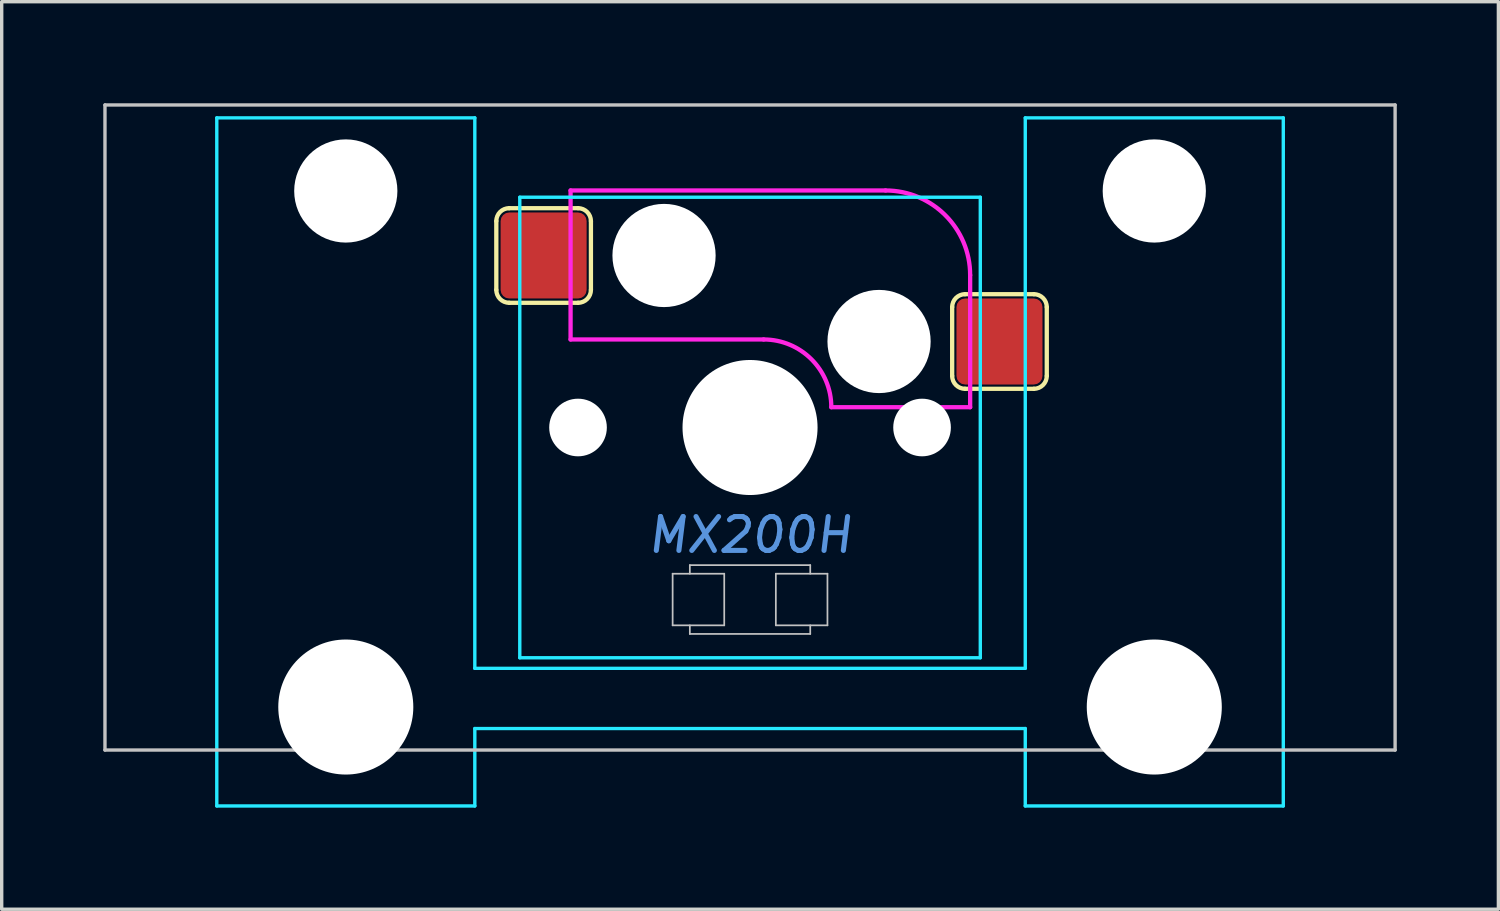
<source format=kicad_pcb>
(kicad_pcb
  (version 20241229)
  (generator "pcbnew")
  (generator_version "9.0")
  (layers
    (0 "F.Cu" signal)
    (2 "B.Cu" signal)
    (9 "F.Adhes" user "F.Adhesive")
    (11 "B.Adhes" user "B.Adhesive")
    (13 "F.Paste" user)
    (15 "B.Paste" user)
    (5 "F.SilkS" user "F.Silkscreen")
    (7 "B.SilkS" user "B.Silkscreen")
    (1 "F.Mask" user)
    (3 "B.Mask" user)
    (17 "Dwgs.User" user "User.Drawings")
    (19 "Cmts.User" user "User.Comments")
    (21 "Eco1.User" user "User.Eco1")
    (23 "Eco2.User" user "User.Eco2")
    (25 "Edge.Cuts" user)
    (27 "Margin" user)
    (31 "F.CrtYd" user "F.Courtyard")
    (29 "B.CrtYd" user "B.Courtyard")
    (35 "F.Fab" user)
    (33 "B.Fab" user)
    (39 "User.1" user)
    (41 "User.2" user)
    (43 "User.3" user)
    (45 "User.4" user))
  (footprint "MX200H"
    (layer "F.Cu")
    (at 19.1 9.575)
    (property "Reference" "MX200H" (at 0 3.175 0) (layer "Cmts.User") (effects (font (size 1 1) (thickness 0.15) (italic yes))))
    (attr smd)
    (fp_line (start -7.493 -6.096) (end -7.493 -4.064) (stroke (width 0.127) (type solid)) (layer "F.SilkS"))
    (fp_line (start -7.112 -3.683) (end -5.08 -3.683) (stroke (width 0.127) (type solid)) (layer "F.SilkS"))
    (fp_line (start -5.08 -6.477) (end -7.112 -6.477) (stroke (width 0.127) (type solid)) (layer "F.SilkS"))
    (fp_line (start -4.699 -4.064) (end -4.699 -6.096) (stroke (width 0.127) (type solid)) (layer "F.SilkS"))
    (fp_line (start 5.969 -3.556) (end 5.969 -1.524) (stroke (width 0.127) (type solid)) (layer "F.SilkS"))
    (fp_line (start 6.35 -1.143) (end 8.382 -1.143) (stroke (width 0.127) (type solid)) (layer "F.SilkS"))
    (fp_line (start 8.382 -3.937) (end 6.35 -3.937) (stroke (width 0.127) (type solid)) (layer "F.SilkS"))
    (fp_line (start 8.763 -1.524) (end 8.763 -3.556) (stroke (width 0.127) (type solid)) (layer "F.SilkS"))
    (fp_arc (start -7.493 -6.096) (mid -7.381408 -6.365408) (end -7.112 -6.477) (stroke (width 0.127) (type solid)) (layer "F.SilkS"))
    (fp_arc (start -7.112 -3.683) (mid -7.381408 -3.794592) (end -7.493 -4.064) (stroke (width 0.127) (type solid)) (layer "F.SilkS"))
    (fp_arc (start -5.08 -6.477) (mid -4.810592 -6.365408) (end -4.699 -6.096) (stroke (width 0.127) (type solid)) (layer "F.SilkS"))
    (fp_arc (start -4.699 -4.064) (mid -4.810592 -3.794592) (end -5.08 -3.683) (stroke (width 0.127) (type solid)) (layer "F.SilkS"))
    (fp_arc (start 5.969 -3.556) (mid 6.080592 -3.825408) (end 6.35 -3.937) (stroke (width 0.127) (type solid)) (layer "F.SilkS"))
    (fp_arc (start 6.35 -1.143) (mid 6.080592 -1.254592) (end 5.969 -1.524) (stroke (width 0.127) (type solid)) (layer "F.SilkS"))
    (fp_arc (start 8.382 -3.937) (mid 8.651408 -3.825408) (end 8.763 -3.556) (stroke (width 0.127) (type solid)) (layer "F.SilkS"))
    (fp_arc (start 8.763 -1.524) (mid 8.651408 -1.254592) (end 8.382 -1.143) (stroke (width 0.127) (type solid)) (layer "F.SilkS"))
    (fp_line (start -19.05 -9.525) (end -19.05 9.525) (stroke (width 0.1) (type solid)) (layer "Dwgs.User"))
    (fp_line (start -19.05 -9.525) (end 19.05 -9.525) (stroke (width 0.1) (type solid)) (layer "Dwgs.User"))
    (fp_line (start -19.05 9.525) (end 19.05 9.525) (stroke (width 0.1) (type solid)) (layer "Dwgs.User"))
    (fp_line (start -2.286 4.318) (end -0.762 4.318) (stroke (width 0.051) (type solid)) (layer "Dwgs.User"))
    (fp_line (start -2.286 5.842) (end -2.286 4.318) (stroke (width 0.051) (type solid)) (layer "Dwgs.User"))
    (fp_line (start -1.778 4.064) (end 1.778 4.064) (stroke (width 0.051) (type solid)) (layer "Dwgs.User"))
    (fp_line (start -1.778 4.318) (end -1.778 4.064) (stroke (width 0.051) (type solid)) (layer "Dwgs.User"))
    (fp_line (start -1.778 6.096) (end -1.778 5.842) (stroke (width 0.051) (type solid)) (layer "Dwgs.User"))
    (fp_line (start -0.762 4.318) (end -0.762 5.842) (stroke (width 0.051) (type solid)) (layer "Dwgs.User"))
    (fp_line (start -0.762 5.842) (end -2.286 5.842) (stroke (width 0.051) (type solid)) (layer "Dwgs.User"))
    (fp_line (start 0.762 4.318) (end 2.286 4.318) (stroke (width 0.051) (type solid)) (layer "Dwgs.User"))
    (fp_line (start 0.762 5.842) (end 0.762 4.318) (stroke (width 0.051) (type solid)) (layer "Dwgs.User"))
    (fp_line (start 1.778 4.064) (end 1.778 4.318) (stroke (width 0.051) (type solid)) (layer "Dwgs.User"))
    (fp_line (start 1.778 5.842) (end 1.778 6.096) (stroke (width 0.051) (type solid)) (layer "Dwgs.User"))
    (fp_line (start 1.778 6.096) (end -1.778 6.096) (stroke (width 0.051) (type solid)) (layer "Dwgs.User"))
    (fp_line (start 2.286 4.318) (end 2.286 5.842) (stroke (width 0.051) (type solid)) (layer "Dwgs.User"))
    (fp_line (start 2.286 5.842) (end 0.762 5.842) (stroke (width 0.051) (type solid)) (layer "Dwgs.User"))
    (fp_line (start 19.05 -9.525) (end 19.05 9.525) (stroke (width 0.1) (type solid)) (layer "Dwgs.User"))
    (fp_line (start -17.17 -0.889) (end -17.17 -2.921) (stroke (width 0.1) (type solid)) (layer "Eco1.User"))
    (fp_line (start -16.789 -3.302) (end -16.535 -3.302) (stroke (width 0.1) (type solid)) (layer "Eco1.User"))
    (fp_line (start -16.535 -0.508) (end -16.789 -0.508) (stroke (width 0.1) (type solid)) (layer "Eco1.User"))
    (fp_line (start -16.154 -3.683) (end -16.154 -5.309) (stroke (width 0.1) (type solid)) (layer "Eco1.User"))
    (fp_line (start -16.154 6.223) (end -16.154 -0.127) (stroke (width 0.1) (type solid)) (layer "Eco1.User"))
    (fp_line (start -15.773 -5.69) (end -9.881 -5.69) (stroke (width 0.1) (type solid)) (layer "Eco1.User"))
    (fp_line (start -14.732 6.604) (end -15.773 6.604) (stroke (width 0.1) (type solid)) (layer "Eco1.User"))
    (fp_line (start -14.351 7.391) (end -14.351 6.985) (stroke (width 0.1) (type solid)) (layer "Eco1.User"))
    (fp_line (start -11.684 7.772) (end -13.97 7.772) (stroke (width 0.1) (type solid)) (layer "Eco1.User"))
    (fp_line (start -11.303 6.985) (end -11.303 7.391) (stroke (width 0.1) (type solid)) (layer "Eco1.User"))
    (fp_line (start -9.881 6.604) (end -10.922 6.604) (stroke (width 0.1) (type solid)) (layer "Eco1.User"))
    (fp_line (start -9.5 -5.309) (end -9.5 -5.258) (stroke (width 0.1) (type solid)) (layer "Eco1.User"))
    (fp_line (start -9.5 6.198) (end -9.5 6.223) (stroke (width 0.1) (type solid)) (layer "Eco1.User"))
    (fp_line (start -9.119 -4.877) (end -7.366 -4.877) (stroke (width 0.1) (type solid)) (layer "Eco1.User"))
    (fp_line (start -7.366 5.817) (end -9.119 5.817) (stroke (width 0.1) (type solid)) (layer "Eco1.User"))
    (fp_line (start -6.985 -5.258) (end -6.985 -6.604) (stroke (width 0.1) (type solid)) (layer "Eco1.User"))
    (fp_line (start -6.985 6.604) (end -6.985 6.197) (stroke (width 0.1) (type solid)) (layer "Eco1.User"))
    (fp_line (start -6.604 -6.985) (end 6.604 -6.985) (stroke (width 0.1) (type solid)) (layer "Eco1.User"))
    (fp_line (start 0 -2.159) (end 0 2.159) (stroke (width 0.1) (type solid)) (layer "Eco1.User"))
    (fp_line (start 2.159 0) (end -2.159 0) (stroke (width 0.1) (type solid)) (layer "Eco1.User"))
    (fp_line (start 6.604 6.985) (end -6.604 6.985) (stroke (width 0.1) (type solid)) (layer "Eco1.User"))
    (fp_line (start 6.985 -5.258) (end 6.985 -6.604) (stroke (width 0.1) (type solid)) (layer "Eco1.User"))
    (fp_line (start 6.985 6.604) (end 6.985 6.197) (stroke (width 0.1) (type solid)) (layer "Eco1.User"))
    (fp_line (start 7.366 5.817) (end 9.119 5.817) (stroke (width 0.1) (type solid)) (layer "Eco1.User"))
    (fp_line (start 9.119 -4.877) (end 7.366 -4.877) (stroke (width 0.1) (type solid)) (layer "Eco1.User"))
    (fp_line (start 9.5 -5.309) (end 9.5 -5.258) (stroke (width 0.1) (type solid)) (layer "Eco1.User"))
    (fp_line (start 9.5 6.198) (end 9.5 6.223) (stroke (width 0.1) (type solid)) (layer "Eco1.User"))
    (fp_line (start 9.881 6.604) (end 10.922 6.604) (stroke (width 0.1) (type solid)) (layer "Eco1.User"))
    (fp_line (start 11.303 6.985) (end 11.303 7.391) (stroke (width 0.1) (type solid)) (layer "Eco1.User"))
    (fp_line (start 11.684 7.772) (end 13.97 7.772) (stroke (width 0.1) (type solid)) (layer "Eco1.User"))
    (fp_line (start 14.351 7.391) (end 14.351 6.985) (stroke (width 0.1) (type solid)) (layer "Eco1.User"))
    (fp_line (start 14.732 6.604) (end 15.773 6.604) (stroke (width 0.1) (type solid)) (layer "Eco1.User"))
    (fp_line (start 15.773 -5.69) (end 9.881 -5.69) (stroke (width 0.1) (type solid)) (layer "Eco1.User"))
    (fp_line (start 16.154 -3.683) (end 16.154 -5.309) (stroke (width 0.1) (type solid)) (layer "Eco1.User"))
    (fp_line (start 16.154 6.223) (end 16.154 -0.127) (stroke (width 0.1) (type solid)) (layer "Eco1.User"))
    (fp_line (start 16.535 -0.508) (end 16.789 -0.508) (stroke (width 0.1) (type solid)) (layer "Eco1.User"))
    (fp_line (start 16.789 -3.302) (end 16.535 -3.302) (stroke (width 0.1) (type solid)) (layer "Eco1.User"))
    (fp_line (start 17.17 -0.889) (end 17.17 -2.921) (stroke (width 0.1) (type solid)) (layer "Eco1.User"))
    (fp_arc (start -17.1704 -2.921) (mid -17.058808 -3.190408) (end -16.7894 -3.302) (stroke (width 0.1) (type solid)) (layer "Eco1.User"))
    (fp_arc (start -16.7894 -0.508) (mid -17.058808 -0.619592) (end -17.1704 -0.889) (stroke (width 0.1) (type solid)) (layer "Eco1.User"))
    (fp_arc (start -16.5354 -0.508) (mid -16.265992 -0.396408) (end -16.1544 -0.127) (stroke (width 0.1) (type solid)) (layer "Eco1.User"))
    (fp_arc (start -16.1544 -5.3086) (mid -16.042808 -5.578008) (end -15.7734 -5.6896) (stroke (width 0.1) (type solid)) (layer "Eco1.User"))
    (fp_arc (start -16.1544 -3.683) (mid -16.265992 -3.413592) (end -16.5354 -3.302) (stroke (width 0.1) (type solid)) (layer "Eco1.User"))
    (fp_arc (start -15.7734 6.604) (mid -16.042808 6.492408) (end -16.1544 6.223) (stroke (width 0.1) (type solid)) (layer "Eco1.User"))
    (fp_arc (start -14.732 6.604) (mid -14.462592 6.715592) (end -14.351 6.985) (stroke (width 0.1) (type solid)) (layer "Eco1.User"))
    (fp_arc (start -13.97 7.7724) (mid -14.239408 7.660808) (end -14.351 7.3914) (stroke (width 0.1) (type solid)) (layer "Eco1.User"))
    (fp_arc (start -11.303 6.985) (mid -11.191408 6.715592) (end -10.922 6.604) (stroke (width 0.1) (type solid)) (layer "Eco1.User"))
    (fp_arc (start -11.303 7.3914) (mid -11.414592 7.660808) (end -11.684 7.7724) (stroke (width 0.1) (type solid)) (layer "Eco1.User"))
    (fp_arc (start -9.8806 -5.6896) (mid -9.611192 -5.578008) (end -9.4996 -5.3086) (stroke (width 0.1) (type solid)) (layer "Eco1.User"))
    (fp_arc (start -9.4996 6.1976) (mid -9.388008 5.928192) (end -9.1186 5.8166) (stroke (width 0.1) (type solid)) (layer "Eco1.User"))
    (fp_arc (start -9.4996 6.223) (mid -9.611192 6.492408) (end -9.8806 6.604) (stroke (width 0.1) (type solid)) (layer "Eco1.User"))
    (fp_arc (start -9.1186 -4.8768) (mid -9.388008 -4.988392) (end -9.4996 -5.2578) (stroke (width 0.1) (type solid)) (layer "Eco1.User"))
    (fp_arc (start -7.366 5.8166) (mid -7.096592 5.928192) (end -6.985 6.1976) (stroke (width 0.1) (type solid)) (layer "Eco1.User"))
    (fp_arc (start -6.985 -6.604) (mid -6.873408 -6.873408) (end -6.604 -6.985) (stroke (width 0.1) (type solid)) (layer "Eco1.User"))
    (fp_arc (start -6.985 -5.2578) (mid -7.096592 -4.988392) (end -7.366 -4.8768) (stroke (width 0.1) (type solid)) (layer "Eco1.User"))
    (fp_arc (start -6.604 6.985) (mid -6.873408 6.873408) (end -6.985 6.604) (stroke (width 0.1) (type solid)) (layer "Eco1.User"))
    (fp_arc (start 6.604 -6.985) (mid 6.873408 -6.873408) (end 6.985 -6.604) (stroke (width 0.1) (type solid)) (layer "Eco1.User"))
    (fp_arc (start 6.985 6.1976) (mid 7.096592 5.928192) (end 7.366 5.8166) (stroke (width 0.1) (type solid)) (layer "Eco1.User"))
    (fp_arc (start 6.985 6.604) (mid 6.873408 6.873408) (end 6.604 6.985) (stroke (width 0.1) (type solid)) (layer "Eco1.User"))
    (fp_arc (start 7.366 -4.8768) (mid 7.096592 -4.988392) (end 6.985 -5.2578) (stroke (width 0.1) (type solid)) (layer "Eco1.User"))
    (fp_arc (start 9.1186 5.8166) (mid 9.388008 5.928192) (end 9.4996 6.1976) (stroke (width 0.1) (type solid)) (layer "Eco1.User"))
    (fp_arc (start 9.4996 -5.3086) (mid 9.611192 -5.578008) (end 9.8806 -5.6896) (stroke (width 0.1) (type solid)) (layer "Eco1.User"))
    (fp_arc (start 9.4996 -5.2578) (mid 9.388008 -4.988392) (end 9.1186 -4.8768) (stroke (width 0.1) (type solid)) (layer "Eco1.User"))
    (fp_arc (start 9.8806 6.604) (mid 9.611192 6.492408) (end 9.4996 6.223) (stroke (width 0.1) (type solid)) (layer "Eco1.User"))
    (fp_arc (start 10.922 6.604) (mid 11.191408 6.715592) (end 11.303 6.985) (stroke (width 0.1) (type solid)) (layer "Eco1.User"))
    (fp_arc (start 11.684 7.7724) (mid 11.414592 7.660808) (end 11.303 7.3914) (stroke (width 0.1) (type solid)) (layer "Eco1.User"))
    (fp_arc (start 14.351 6.985) (mid 14.462592 6.715592) (end 14.732 6.604) (stroke (width 0.1) (type solid)) (layer "Eco1.User"))
    (fp_arc (start 14.351 7.3914) (mid 14.239408 7.660808) (end 13.97 7.7724) (stroke (width 0.1) (type solid)) (layer "Eco1.User"))
    (fp_arc (start 15.7734 -5.6896) (mid 16.042808 -5.578008) (end 16.1544 -5.3086) (stroke (width 0.1) (type solid)) (layer "Eco1.User"))
    (fp_arc (start 16.1544 -0.127) (mid 16.265992 -0.396408) (end 16.5354 -0.508) (stroke (width 0.1) (type solid)) (layer "Eco1.User"))
    (fp_arc (start 16.1544 6.223) (mid 16.042808 6.492408) (end 15.7734 6.604) (stroke (width 0.1) (type solid)) (layer "Eco1.User"))
    (fp_arc (start 16.5354 -3.302) (mid 16.265992 -3.413592) (end 16.1544 -3.683) (stroke (width 0.1) (type solid)) (layer "Eco1.User"))
    (fp_arc (start 16.7894 -3.302) (mid 17.058808 -3.190408) (end 17.1704 -2.921) (stroke (width 0.1) (type solid)) (layer "Eco1.User"))
    (fp_arc (start 17.1704 -0.889) (mid 17.058808 -0.619592) (end 16.7894 -0.508) (stroke (width 0.1) (type solid)) (layer "Eco1.User"))
    (fp_circle (center 0 0) (end 1.994 0) (stroke (width 0.1) (type solid)) (fill no) (layer "Eco1.User"))
    (fp_line (start -15.748 -9.144) (end -15.748 11.176) (stroke (width 0.1) (type solid)) (layer "B.CrtYd"))
    (fp_line (start -15.748 11.176) (end -8.128 11.176) (stroke (width 0.1) (type solid)) (layer "B.CrtYd"))
    (fp_line (start -8.128 -9.144) (end -15.748 -9.144) (stroke (width 0.1) (type solid)) (layer "B.CrtYd"))
    (fp_line (start -8.128 7.112) (end -8.128 -9.144) (stroke (width 0.1) (type solid)) (layer "B.CrtYd"))
    (fp_line (start -8.128 7.112) (end 8.128 7.112) (stroke (width 0.1) (type solid)) (layer "B.CrtYd"))
    (fp_line (start -8.128 8.89) (end -8.128 11.176) (stroke (width 0.1) (type solid)) (layer "B.CrtYd"))
    (fp_line (start -8.128 8.89) (end 8.128 8.89) (stroke (width 0.1) (type solid)) (layer "B.CrtYd"))
    (fp_line (start -6.8 -6.8) (end -6.8 6.8) (stroke (width 0.1) (type solid)) (layer "B.CrtYd"))
    (fp_line (start 6.8 -6.8) (end -6.8 -6.8) (stroke (width 0.1) (type solid)) (layer "B.CrtYd"))
    (fp_line (start 6.8 -6.8) (end 6.8 6.8) (stroke (width 0.1) (type solid)) (layer "B.CrtYd"))
    (fp_line (start 6.8 6.8) (end -6.8 6.8) (stroke (width 0.1) (type solid)) (layer "B.CrtYd"))
    (fp_line (start 8.128 7.112) (end 8.128 -9.144) (stroke (width 0.1) (type solid)) (layer "B.CrtYd"))
    (fp_line (start 8.128 8.89) (end 8.128 11.176) (stroke (width 0.1) (type solid)) (layer "B.CrtYd"))
    (fp_line (start 8.128 11.176) (end 15.748 11.176) (stroke (width 0.1) (type solid)) (layer "B.CrtYd"))
    (fp_line (start 15.748 -9.144) (end 8.128 -9.144) (stroke (width 0.1) (type solid)) (layer "B.CrtYd"))
    (fp_line (start 15.748 11.176) (end 15.748 -9.144) (stroke (width 0.1) (type solid)) (layer "B.CrtYd"))
    (fp_line (start -5.3 -7) (end -5.3 -2.6) (stroke (width 0.127) (type solid)) (layer "F.CrtYd"))
    (fp_line (start -5.3 -7) (end 4 -7) (stroke (width 0.127) (type solid)) (layer "F.CrtYd"))
    (fp_line (start 0.4 -2.6) (end -5.3 -2.6) (stroke (width 0.127) (type solid)) (layer "F.CrtYd"))
    (fp_line (start 6.5 -4.5) (end 6.5 -0.6) (stroke (width 0.127) (type solid)) (layer "F.CrtYd"))
    (fp_line (start 6.5 -0.6) (end 2.4 -0.6) (stroke (width 0.127) (type solid)) (layer "F.CrtYd"))
    (fp_arc (start 0.4 -2.6) (mid 1.814214 -2.014214) (end 2.4 -0.6) (stroke (width 0.127) (type solid)) (layer "F.CrtYd"))
    (fp_arc (start 4 -7) (mid 5.767767 -6.267767) (end 6.5 -4.5) (stroke (width 0.127) (type solid)) (layer "F.CrtYd"))
    (pad "" np_thru_hole circle (at -11.938 -6.985) (size 3.048 3.048) (drill 3.048) (layers "*.Cu" "*.Mask"))
    (pad "" np_thru_hole circle (at -11.938 8.255) (size 3.988 3.988) (drill 3.988) (layers "*.Cu" "*.Mask"))
    (pad "" np_thru_hole circle (at -5.08 0) (size 1.702 1.702) (drill 1.702) (layers "*.Cu" "*.Mask"))
    (pad "" np_thru_hole circle (at -2.54 -5.08) (size 3.048 3.048) (drill 3.048) (layers "*.Cu" "*.Mask"))
    (pad "" np_thru_hole circle (at 0 0) (size 3.988 3.988) (drill 3.988) (layers "*.Cu" "*.Mask"))
    (pad "" np_thru_hole circle (at 3.81 -2.54) (size 3.048 3.048) (drill 3.048) (layers "*.Cu" "*.Mask"))
    (pad "" np_thru_hole circle (at 5.08 0) (size 1.702 1.702) (drill 1.702) (layers "*.Cu" "*.Mask"))
    (pad "" np_thru_hole circle (at 11.938 -6.985) (size 3.048 3.048) (drill 3.048) (layers "*.Cu" "*.Mask"))
    (pad "" np_thru_hole circle (at 11.938 8.255) (size 3.988 3.988) (drill 3.988) (layers "*.Cu" "*.Mask"))
    (pad "1" smd roundrect (at -6.096 -5.08) (size 2.54 2.54) (layers "F.Cu" "F.Mask") (roundrect_rratio 0.1))
    (pad "2" smd roundrect (at 7.366 -2.54) (size 2.54 2.54) (layers "F.Cu" "F.Mask") (roundrect_rratio 0.1)))
  (gr_rect
    (start -3 -3)
    (end 41.2 23.801)
    (stroke (width 0.1) (type default))
    (fill no)
    (layer "Edge.Cuts")))
</source>
